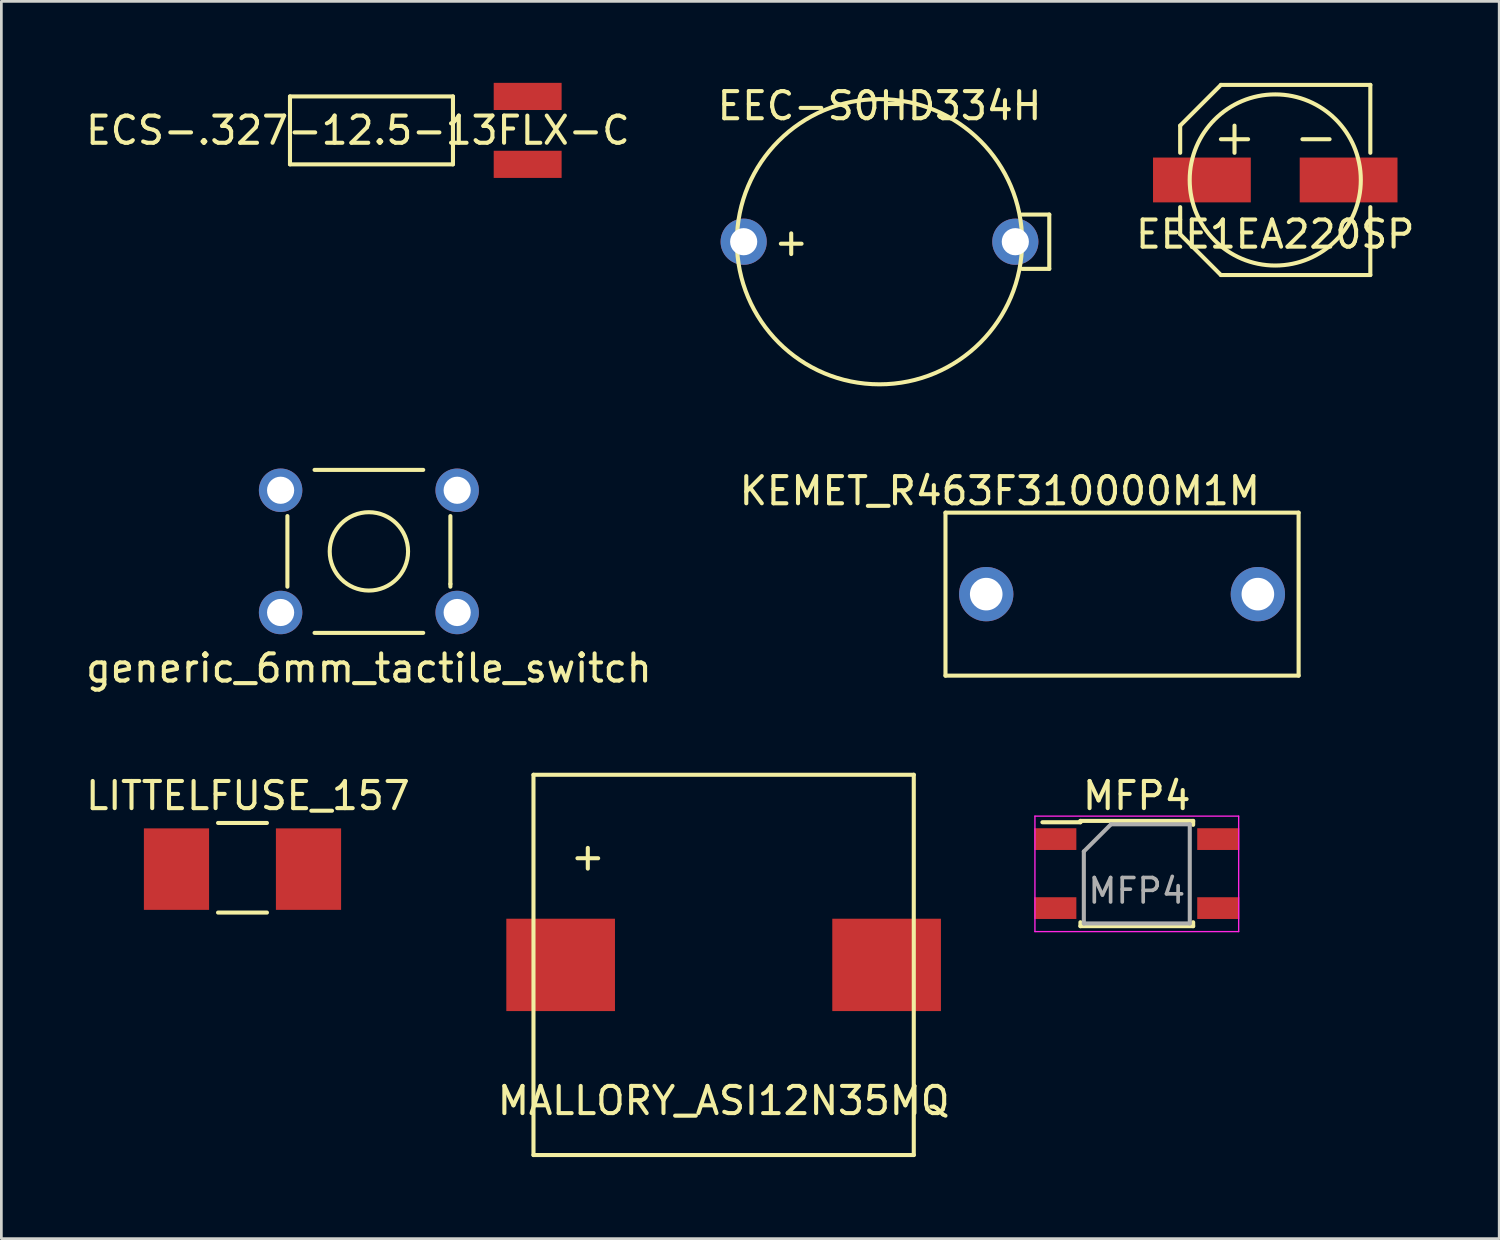
<source format=kicad_pcb>
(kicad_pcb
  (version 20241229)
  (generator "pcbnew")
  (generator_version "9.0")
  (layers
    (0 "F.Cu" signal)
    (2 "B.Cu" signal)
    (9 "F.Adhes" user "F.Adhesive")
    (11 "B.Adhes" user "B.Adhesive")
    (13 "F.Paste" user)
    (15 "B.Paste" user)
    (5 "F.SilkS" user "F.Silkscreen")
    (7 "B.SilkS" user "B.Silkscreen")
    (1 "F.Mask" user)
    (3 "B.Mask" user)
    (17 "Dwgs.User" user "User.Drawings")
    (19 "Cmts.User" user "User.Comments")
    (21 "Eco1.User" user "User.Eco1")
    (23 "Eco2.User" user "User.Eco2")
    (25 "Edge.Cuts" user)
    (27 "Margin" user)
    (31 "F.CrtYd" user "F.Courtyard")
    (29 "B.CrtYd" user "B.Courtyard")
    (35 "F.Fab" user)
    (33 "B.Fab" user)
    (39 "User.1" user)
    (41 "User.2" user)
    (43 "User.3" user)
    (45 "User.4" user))
  (footprint "EEC-S0HD334H"
    (layer "F.Cu")
    (at 29.327 5.848)
    (property "Reference" "EEC-S0HD334H" (at 0 -5 0) (layer "F.SilkS") (effects (font (size 1 1) (thickness 0.15))))
    (attr through_hole)
    (fp_line (start 5.25 1) (end 6.25 1) (stroke (width 0.15) (type solid)) (layer "F.SilkS"))
    (fp_line (start 6.25 -1) (end 5.25 -1) (stroke (width 0.15) (type solid)) (layer "F.SilkS"))
    (fp_line (start 6.25 -1) (end 6.25 1) (stroke (width 0.15) (type solid)) (layer "F.SilkS"))
    (fp_circle (center 0 0) (end 5.25 0) (stroke (width 0.15) (type solid)) (fill no) (layer "F.SilkS"))
    (fp_text user "+" (at -3.25 0 0) (layer "F.SilkS") (effects (font (size 1 1) (thickness 0.15))))
    (pad "1" thru_hole circle (at -5 0) (size 1.7 1.7) (drill 1) (layers "*.Cu" "*.Mask"))
    (pad "2" thru_hole circle (at 5 0) (size 1.7 1.7) (drill 1) (layers "*.Cu" "*.Mask")))
  (footprint "KEMET_R463F310000M1M"
    (layer "F.Cu")
    (at 38.256 18.822)
    (property "Reference" "KEMET_R463F310000M1M" (at -4.5 -3.8 0) (layer "F.SilkS") (effects (font (size 1 1) (thickness 0.15))))
    (attr through_hole)
    (fp_line (start -6.5 -3) (end 6.5 -3) (stroke (width 0.15) (type solid)) (layer "F.SilkS"))
    (fp_line (start -6.5 3) (end -6.5 -3) (stroke (width 0.15) (type solid)) (layer "F.SilkS"))
    (fp_line (start 6.5 -3) (end 6.5 3) (stroke (width 0.15) (type solid)) (layer "F.SilkS"))
    (fp_line (start 6.5 3) (end -6.5 3) (stroke (width 0.15) (type solid)) (layer "F.SilkS"))
    (pad "1" thru_hole circle (at -5 0) (size 2 2) (drill 1.2) (layers "*.Cu" "*.Mask"))
    (pad "2" thru_hole circle (at 5 0) (size 2 2) (drill 1.2) (layers "*.Cu" "*.Mask")))
  (footprint "ECS-.327-12.5-13FLX-C"
    (layer "F.Cu")
    (at 12.625 1.75)
    (property "Reference" "ECS-.327-12.5-13FLX-C" (at -2.5 0 0) (layer "F.SilkS") (effects (font (size 1 1) (thickness 0.15))))
    (attr through_hole)
    (fp_line (start -5 -1.25) (end -5 1.25) (stroke (width 0.15) (type solid)) (layer "F.SilkS"))
    (fp_line (start -5 -1.25) (end 1 -1.25) (stroke (width 0.15) (type solid)) (layer "F.SilkS"))
    (fp_line (start 1 -1.25) (end 1 1.25) (stroke (width 0.15) (type solid)) (layer "F.SilkS"))
    (fp_line (start 1 1.25) (end -5 1.25) (stroke (width 0.15) (type solid)) (layer "F.SilkS"))
    (pad "1" smd rect (at 3.75 -1.25) (size 2.5 1) (layers "F.Cu" "F.Mask" "F.Paste"))
    (pad "2" smd rect (at 3.75 1.25) (size 2.5 1) (layers "F.Cu" "F.Mask" "F.Paste")))
  (footprint "MFP4"
    (layer "F.Cu")
    (at 38.799 29.745)
    (property "Reference" "MFP4" (at 0 -3.5 0) (layer "F.SilkS") (effects (font (size 1 1) (thickness 0.15))))
    (attr smd)
    (fp_line (start -2.075 -2.575) (end -2.075 -2.525) (stroke (width 0.15) (type solid)) (layer "F.SilkS"))
    (fp_line (start -2.075 -2.575) (end 2.075 -2.575) (stroke (width 0.15) (type solid)) (layer "F.SilkS"))
    (fp_line (start -2.075 -2.525) (end -3.475 -2.525) (stroke (width 0.15) (type solid)) (layer "F.SilkS"))
    (fp_line (start -2.075 1.3) (end -2.075 1.155) (stroke (width 0.15) (type solid)) (layer "F.SilkS"))
    (fp_line (start -2.075 1.3) (end 2.075 1.3) (stroke (width 0.15) (type solid)) (layer "F.SilkS"))
    (fp_line (start 2.075 -2.575) (end 2.075 -2.43) (stroke (width 0.15) (type solid)) (layer "F.SilkS"))
    (fp_line (start 2.075 1.3) (end 2.075 1.155) (stroke (width 0.15) (type solid)) (layer "F.SilkS"))
    (fp_line (start -3.75 -2.75) (end -3.75 1.5) (stroke (width 0.05) (type solid)) (layer "F.CrtYd"))
    (fp_line (start -3.75 -2.75) (end 3.75 -2.75) (stroke (width 0.05) (type solid)) (layer "F.CrtYd"))
    (fp_line (start -3.75 1.5) (end 3.75 1.5) (stroke (width 0.05) (type solid)) (layer "F.CrtYd"))
    (fp_line (start 3.75 -2.75) (end 3.75 1.5) (stroke (width 0.05) (type solid)) (layer "F.CrtYd"))
    (fp_line (start -1.95 -1.45) (end -0.95 -2.45) (stroke (width 0.15) (type solid)) (layer "F.Fab"))
    (fp_line (start -1.95 1.2) (end -1.95 -1.45) (stroke (width 0.15) (type solid)) (layer "F.Fab"))
    (fp_line (start -0.95 -2.45) (end 1.95 -2.45) (stroke (width 0.15) (type solid)) (layer "F.Fab"))
    (fp_line (start 1.95 -2.45) (end 1.95 1.2) (stroke (width 0.15) (type solid)) (layer "F.Fab"))
    (fp_line (start 1.95 1.2) (end -1.95 1.2) (stroke (width 0.15) (type solid)) (layer "F.Fab"))
    (fp_text user "${REFERENCE}" (at 0 0 0) (layer "F.Fab") (effects (font (size 0.9 0.9) (thickness 0.135))))
    (pad "1" smd rect (at -3 -1.905) (size 1.55 0.8) (layers "F.Cu" "F.Mask" "F.Paste"))
    (pad "2" smd rect (at -3 0.635) (size 1.55 0.8) (layers "F.Cu" "F.Mask" "F.Paste"))
    (pad "3" smd rect (at 3 0.635) (size 1.55 0.8) (layers "F.Cu" "F.Mask" "F.Paste"))
    (pad "4" smd rect (at 3 -1.905) (size 1.55 0.8) (layers "F.Cu" "F.Mask" "F.Paste")))
  (footprint "generic_6mm_tactile_switch"
    (layer "F.Cu")
    (at 10.53 17.248)
    (property "Reference" "generic_6mm_tactile_switch" (at 0 4.3 0) (layer "F.SilkS") (effects (font (size 1 1) (thickness 0.15))))
    (attr through_hole)
    (fp_line (start -3 1.3) (end -3 -1.3) (stroke (width 0.15) (type solid)) (layer "F.SilkS"))
    (fp_line (start -2 -3) (end 2 -3) (stroke (width 0.15) (type solid)) (layer "F.SilkS"))
    (fp_line (start -2 3) (end 2 3) (stroke (width 0.15) (type solid)) (layer "F.SilkS"))
    (fp_line (start 3 -1.3) (end 3 1.2) (stroke (width 0.15) (type solid)) (layer "F.SilkS"))
    (fp_line (start 3 1.2) (end 3 1.3) (stroke (width 0.15) (type solid)) (layer "F.SilkS"))
    (fp_circle (center 0 0) (end 1.2 0.8) (stroke (width 0.15) (type solid)) (fill no) (layer "F.SilkS"))
    (pad "1" thru_hole circle (at 3.25 2.25) (size 1.6 1.6) (drill 1) (layers "*.Cu" "*.Mask"))
    (pad "2" thru_hole circle (at -3.25 2.25) (size 1.6 1.6) (drill 1) (layers "*.Cu" "*.Mask"))
    (pad "3" thru_hole circle (at 3.25 -2.25) (size 1.6 1.6) (drill 1) (layers "*.Cu" "*.Mask"))
    (pad "4" thru_hole circle (at -3.25 -2.25) (size 1.6 1.6) (drill 1) (layers "*.Cu" "*.Mask")))
  (footprint "EEE1EA220SP"
    (layer "F.Cu")
    (at 43.896 3.575)
    (property "Reference" "EEE1EA220SP" (at 0 2 0) (layer "F.SilkS") (effects (font (size 1 1) (thickness 0.15))))
    (attr through_hole)
    (fp_line (start -3.5 -2) (end -3.5 -1) (stroke (width 0.15) (type solid)) (layer "F.SilkS"))
    (fp_line (start -3.5 1) (end -3.5 2) (stroke (width 0.15) (type solid)) (layer "F.SilkS"))
    (fp_line (start -3.5 2) (end -2 3.5) (stroke (width 0.15) (type solid)) (layer "F.SilkS"))
    (fp_line (start -2 -3.5) (end -3.5 -2) (stroke (width 0.15) (type solid)) (layer "F.SilkS"))
    (fp_line (start -2 -1.5) (end -1 -1.5) (stroke (width 0.15) (type solid)) (layer "F.SilkS"))
    (fp_line (start -2 3.5) (end 3.5 3.5) (stroke (width 0.15) (type solid)) (layer "F.SilkS"))
    (fp_line (start -1.5 -2) (end -1.5 -1) (stroke (width 0.15) (type solid)) (layer "F.SilkS"))
    (fp_line (start 1 -1.5) (end 2 -1.5) (stroke (width 0.15) (type solid)) (layer "F.SilkS"))
    (fp_line (start 3.5 -3.5) (end -2 -3.5) (stroke (width 0.15) (type solid)) (layer "F.SilkS"))
    (fp_line (start 3.5 -1) (end 3.5 -3.5) (stroke (width 0.15) (type solid)) (layer "F.SilkS"))
    (fp_line (start 3.5 3.5) (end 3.5 1) (stroke (width 0.15) (type solid)) (layer "F.SilkS"))
    (fp_circle (center 0 0) (end 3.15 0) (stroke (width 0.15) (type solid)) (fill no) (layer "F.SilkS"))
    (pad "1" smd rect (at -2.7 0) (size 3.6 1.65) (layers "F.Cu" "F.Mask" "F.Paste"))
    (pad "2" smd rect (at 2.7 0) (size 3.6 1.65) (layers "F.Cu" "F.Mask" "F.Paste")))
  (footprint "LITTELFUSE_157"
    (layer "F.Cu")
    (at 5.877 28.945)
    (property "Reference" "LITTELFUSE_157" (at 0.2 -2.7 0) (layer "F.SilkS") (effects (font (size 1 1) (thickness 0.15))))
    (attr through_hole)
    (fp_line (start -0.9 -1.7) (end 0.9 -1.7) (stroke (width 0.15) (type solid)) (layer "F.SilkS"))
    (fp_line (start -0.9 1.6) (end 0.9 1.6) (stroke (width 0.15) (type solid)) (layer "F.SilkS"))
    (pad "1" smd rect (at -2.43 0) (size 2.4 3) (layers "F.Cu" "F.Mask" "F.Paste"))
    (pad "2" smd rect (at 2.43 0) (size 2.4 3) (layers "F.Cu" "F.Mask" "F.Paste")))
  (footprint "MALLORY_ASI12N35MQ"
    (layer "F.Cu")
    (at 23.589 32.471)
    (property "Reference" "MALLORY_ASI12N35MQ" (at 0 5 0) (layer "F.SilkS") (effects (font (size 1 1) (thickness 0.15))))
    (attr through_hole)
    (fp_line (start -7 -7) (end 7 -7) (stroke (width 0.15) (type solid)) (layer "F.SilkS"))
    (fp_line (start -7 7) (end -7 -7) (stroke (width 0.15) (type solid)) (layer "F.SilkS"))
    (fp_line (start 7 -7) (end 7 7) (stroke (width 0.15) (type solid)) (layer "F.SilkS"))
    (fp_line (start 7 7) (end -7 7) (stroke (width 0.15) (type solid)) (layer "F.SilkS"))
    (fp_text user "+" (at -5 -4 0) (layer "F.SilkS") (effects (font (size 1 1) (thickness 0.15))))
    (pad "1" smd rect (at -6 0) (size 4 3.4) (layers "F.Cu" "F.Mask" "F.Paste"))
    (pad "2" smd rect (at 6 0) (size 4 3.4) (layers "F.Cu" "F.Mask" "F.Paste")))
  (gr_rect
    (start -3 -3)
    (end 52.14 42.547)
    (stroke (width 0.1) (type default))
    (fill no)
    (layer "Edge.Cuts")))
</source>
